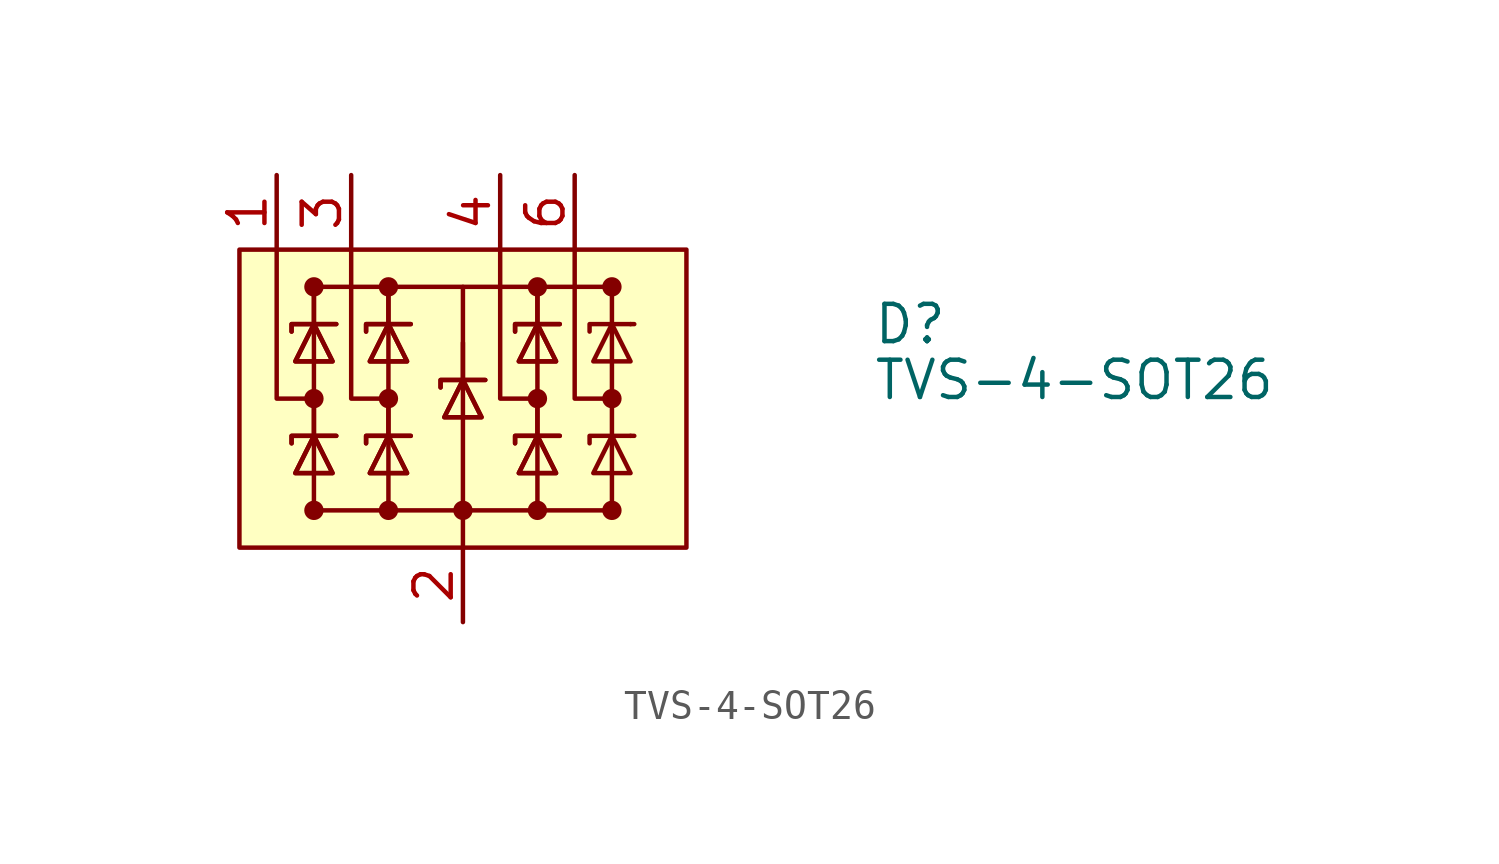
<source format=kicad_sym>
(kicad_symbol_lib
  (version 20211014)
  (generator kicad_symbol_editor)
  (symbol "TVS-4-SOT26"
    (pin_names hide)
    (property "Reference" "D"
      (at 13.97 2.54 0)
      (effects (font (size 1.27 1.27)) (justify left)))
    (property "Value" "TVS-4-SOT26"
      (at 13.97 0.635 0)
      (effects (font (size 1.27 1.27)) (justify left)))
    (symbol "TVS-4-SOT26_0_0"
      (pin passive line (at 0 -7.62 90) (length 2.54) (name "A" (effects (font (size 1.27 1.27)))) (number "2" (effects (font (size 1.27 1.27))))))
    (symbol "TVS-4-SOT26_0_1"
      (rectangle (start -7.62 5.08) (end 7.62 -5.08) (stroke (width 0) (type default) (color 0 0 0 0)) (fill (type background)))
      (circle (center -5.08 -3.81) (radius 0.254) (stroke (width 0) (type default) (color 0 0 0 0)) (fill (type outline)))
      (circle (center -5.08 0) (radius 0.254) (stroke (width 0) (type default) (color 0 0 0 0)) (fill (type outline)))
      (circle (center -5.08 3.81) (radius 0.254) (stroke (width 0) (type default) (color 0 0 0 0)) (fill (type outline)))
      (circle (center -2.54 -3.81) (radius 0.254) (stroke (width 0) (type default) (color 0 0 0 0)) (fill (type outline)))
      (circle (center -2.54 0) (radius 0.254) (stroke (width 0) (type default) (color 0 0 0 0)) (fill (type outline)))
      (circle (center -2.54 3.81) (radius 0.254) (stroke (width 0) (type default) (color 0 0 0 0)) (fill (type outline)))
      (circle (center 0 -3.81) (radius 0.254) (stroke (width 0) (type default) (color 0 0 0 0)) (fill (type outline)))
      (polyline (pts (xy -5.08 0) (xy -5.08 -1.27)) (stroke (width 0) (type default) (color 0 0 0 0)) (fill (type none)))
      (polyline (pts (xy -5.08 2.54) (xy -5.08 -1.27)) (stroke (width 0) (type default) (color 0 0 0 0)) (fill (type none)))
      (polyline (pts (xy -5.08 3.81) (xy -5.08 2.54)) (stroke (width 0) (type default) (color 0 0 0 0)) (fill (type none)))
      (polyline (pts (xy -5.08 3.81) (xy -5.08 2.54)) (stroke (width 0) (type default) (color 0 0 0 0)) (fill (type none)))
      (polyline (pts (xy -5.08 3.81) (xy 5.08 3.81)) (stroke (width 0) (type default) (color 0 0 0 0)) (fill (type none)))
      (polyline (pts (xy -2.54 0) (xy -2.54 -1.27)) (stroke (width 0) (type default) (color 0 0 0 0)) (fill (type none)))
      (polyline (pts (xy -2.54 2.54) (xy -2.54 -1.27)) (stroke (width 0) (type default) (color 0 0 0 0)) (fill (type none)))
      (polyline (pts (xy -2.54 3.81) (xy -2.54 2.54)) (stroke (width 0) (type default) (color 0 0 0 0)) (fill (type none)))
      (polyline (pts (xy -2.54 3.81) (xy -2.54 2.54)) (stroke (width 0) (type default) (color 0 0 0 0)) (fill (type none)))
      (polyline (pts (xy 0 -5.08) (xy 0 -3.81)) (stroke (width 0) (type default) (color 0 0 0 0)) (fill (type none)))
      (polyline (pts (xy 0 0.635) (xy 0 -3.81)) (stroke (width 0) (type default) (color 0 0 0 0)) (fill (type none)))
      (polyline (pts (xy 0 1.905) (xy 0 0.635)) (stroke (width 0) (type default) (color 0 0 0 0)) (fill (type none)))
      (polyline (pts (xy 0 3.81) (xy 0 0.635)) (stroke (width 0) (type default) (color 0 0 0 0)) (fill (type none)))
      (polyline (pts (xy 2.54 0) (xy 2.54 -1.27)) (stroke (width 0) (type default) (color 0 0 0 0)) (fill (type none)))
      (polyline (pts (xy 2.54 2.54) (xy 2.54 -1.27)) (stroke (width 0) (type default) (color 0 0 0 0)) (fill (type none)))
      (polyline (pts (xy 2.54 3.81) (xy 2.54 2.54)) (stroke (width 0) (type default) (color 0 0 0 0)) (fill (type none)))
      (polyline (pts (xy 2.54 3.81) (xy 2.54 2.54)) (stroke (width 0) (type default) (color 0 0 0 0)) (fill (type none)))
      (polyline (pts (xy 5.08 -3.81) (xy 5.08 2.54)) (stroke (width 0) (type default) (color 0 0 0 0)) (fill (type none)))
      (polyline (pts (xy 5.08 3.81) (xy 5.08 2.54)) (stroke (width 0) (type default) (color 0 0 0 0)) (fill (type none)))
      (polyline (pts (xy 5.715 -1.27) (xy 5.842 -1.27)) (stroke (width 0) (type default) (color 0 0 0 0)) (fill (type none)))
      (polyline (pts (xy 5.715 2.54) (xy 5.842 2.54)) (stroke (width 0) (type default) (color 0 0 0 0)) (fill (type none)))
      (polyline (pts (xy -5.08 -1.27) (xy -5.08 -3.81) (xy -2.54 -3.81)) (stroke (width 0) (type default) (color 0 0 0 0)) (fill (type none)))
      (polyline (pts (xy -5.08 0) (xy -6.35 0) (xy -6.35 5.08)) (stroke (width 0) (type default) (color 0 0 0 0)) (fill (type none)))
      (polyline (pts (xy -3.81 5.08) (xy -3.81 0) (xy -2.54 0)) (stroke (width 0) (type default) (color 0 0 0 0)) (fill (type none)))
      (polyline (pts (xy 1.27 5.08) (xy 1.27 0) (xy 2.54 0)) (stroke (width 0) (type default) (color 0 0 0 0)) (fill (type none)))
      (polyline (pts (xy 2.54 -1.27) (xy 2.54 -3.81) (xy 5.08 -3.81)) (stroke (width 0) (type default) (color 0 0 0 0)) (fill (type none)))
      (polyline (pts (xy 3.81 5.08) (xy 3.81 0) (xy 5.08 0)) (stroke (width 0) (type default) (color 0 0 0 0)) (fill (type none)))
      (polyline (pts (xy 5.715 -1.27) (xy 4.318 -1.27) (xy 4.318 -1.524)) (stroke (width 0) (type default) (color 0 0 0 0)) (fill (type none)))
      (polyline (pts (xy 5.715 2.54) (xy 4.318 2.54) (xy 4.318 2.286)) (stroke (width 0) (type default) (color 0 0 0 0)) (fill (type none)))
      (polyline (pts (xy -5.842 -1.524) (xy -5.842 -1.27) (xy -4.445 -1.27) (xy -4.318 -1.27)) (stroke (width 0) (type default) (color 0 0 0 0)) (fill (type none)))
      (polyline (pts (xy -5.842 -1.524) (xy -5.842 -1.27) (xy -4.445 -1.27) (xy -4.318 -1.27)) (stroke (width 0) (type default) (color 0 0 0 0)) (fill (type none)))
      (polyline (pts (xy -5.842 2.286) (xy -5.842 2.54) (xy -4.445 2.54) (xy -4.318 2.54)) (stroke (width 0) (type default) (color 0 0 0 0)) (fill (type none)))
      (polyline (pts (xy -5.842 2.286) (xy -5.842 2.54) (xy -4.445 2.54) (xy -4.318 2.54)) (stroke (width 0) (type default) (color 0 0 0 0)) (fill (type none)))
      (polyline (pts (xy -5.08 -1.27) (xy -4.445 -2.54) (xy -5.715 -2.54) (xy -5.08 -1.27)) (stroke (width 0) (type default) (color 0 0 0 0)) (fill (type none)))
      (polyline (pts (xy -5.08 -1.27) (xy -4.445 -2.54) (xy -5.715 -2.54) (xy -5.08 -1.27)) (stroke (width 0) (type default) (color 0 0 0 0)) (fill (type none)))
      (polyline (pts (xy -5.08 2.54) (xy -4.445 1.27) (xy -5.715 1.27) (xy -5.08 2.54)) (stroke (width 0) (type default) (color 0 0 0 0)) (fill (type none)))
      (polyline (pts (xy -5.08 2.54) (xy -4.445 1.27) (xy -5.715 1.27) (xy -5.08 2.54)) (stroke (width 0) (type default) (color 0 0 0 0)) (fill (type none)))
      (polyline (pts (xy -3.302 -1.524) (xy -3.302 -1.27) (xy -1.905 -1.27) (xy -1.778 -1.27)) (stroke (width 0) (type default) (color 0 0 0 0)) (fill (type none)))
      (polyline (pts (xy -3.302 -1.524) (xy -3.302 -1.27) (xy -1.905 -1.27) (xy -1.778 -1.27)) (stroke (width 0) (type default) (color 0 0 0 0)) (fill (type none)))
      (polyline (pts (xy -3.302 2.286) (xy -3.302 2.54) (xy -1.905 2.54) (xy -1.778 2.54)) (stroke (width 0) (type default) (color 0 0 0 0)) (fill (type none)))
      (polyline (pts (xy -3.302 2.286) (xy -3.302 2.54) (xy -1.905 2.54) (xy -1.778 2.54)) (stroke (width 0) (type default) (color 0 0 0 0)) (fill (type none)))
      (polyline (pts (xy -2.54 -1.27) (xy -2.54 -3.81) (xy 0 -3.81) (xy 2.54 -3.81)) (stroke (width 0) (type default) (color 0 0 0 0)) (fill (type none)))
      (polyline (pts (xy -2.54 -1.27) (xy -1.905 -2.54) (xy -3.175 -2.54) (xy -2.54 -1.27)) (stroke (width 0) (type default) (color 0 0 0 0)) (fill (type none)))
      (polyline (pts (xy -2.54 -1.27) (xy -1.905 -2.54) (xy -3.175 -2.54) (xy -2.54 -1.27)) (stroke (width 0) (type default) (color 0 0 0 0)) (fill (type none)))
      (polyline (pts (xy -2.54 2.54) (xy -1.905 1.27) (xy -3.175 1.27) (xy -2.54 2.54)) (stroke (width 0) (type default) (color 0 0 0 0)) (fill (type none)))
      (polyline (pts (xy -2.54 2.54) (xy -1.905 1.27) (xy -3.175 1.27) (xy -2.54 2.54)) (stroke (width 0) (type default) (color 0 0 0 0)) (fill (type none)))
      (polyline (pts (xy -0.762 0.381) (xy -0.762 0.635) (xy 0.635 0.635) (xy 0.762 0.635)) (stroke (width 0) (type default) (color 0 0 0 0)) (fill (type none)))
      (polyline (pts (xy -0.762 0.381) (xy -0.762 0.635) (xy 0.635 0.635) (xy 0.762 0.635)) (stroke (width 0) (type default) (color 0 0 0 0)) (fill (type none)))
      (polyline (pts (xy 0 0.635) (xy 0.635 -0.635) (xy -0.635 -0.635) (xy 0 0.635)) (stroke (width 0) (type default) (color 0 0 0 0)) (fill (type none)))
      (polyline (pts (xy 0 0.635) (xy 0.635 -0.635) (xy -0.635 -0.635) (xy 0 0.635)) (stroke (width 0) (type default) (color 0 0 0 0)) (fill (type none)))
      (polyline (pts (xy 1.778 -1.524) (xy 1.778 -1.27) (xy 3.175 -1.27) (xy 3.302 -1.27)) (stroke (width 0) (type default) (color 0 0 0 0)) (fill (type none)))
      (polyline (pts (xy 1.778 -1.524) (xy 1.778 -1.27) (xy 3.175 -1.27) (xy 3.302 -1.27)) (stroke (width 0) (type default) (color 0 0 0 0)) (fill (type none)))
      (polyline (pts (xy 1.778 2.286) (xy 1.778 2.54) (xy 3.175 2.54) (xy 3.302 2.54)) (stroke (width 0) (type default) (color 0 0 0 0)) (fill (type none)))
      (polyline (pts (xy 1.778 2.286) (xy 1.778 2.54) (xy 3.175 2.54) (xy 3.302 2.54)) (stroke (width 0) (type default) (color 0 0 0 0)) (fill (type none)))
      (polyline (pts (xy 2.54 -1.27) (xy 3.175 -2.54) (xy 1.905 -2.54) (xy 2.54 -1.27)) (stroke (width 0) (type default) (color 0 0 0 0)) (fill (type none)))
      (polyline (pts (xy 2.54 -1.27) (xy 3.175 -2.54) (xy 1.905 -2.54) (xy 2.54 -1.27)) (stroke (width 0) (type default) (color 0 0 0 0)) (fill (type none)))
      (polyline (pts (xy 2.54 2.54) (xy 3.175 1.27) (xy 1.905 1.27) (xy 2.54 2.54)) (stroke (width 0) (type default) (color 0 0 0 0)) (fill (type none)))
      (polyline (pts (xy 2.54 2.54) (xy 3.175 1.27) (xy 1.905 1.27) (xy 2.54 2.54)) (stroke (width 0) (type default) (color 0 0 0 0)) (fill (type none)))
      (polyline (pts (xy 5.715 -2.54) (xy 4.445 -2.54) (xy 5.08 -1.27) (xy 5.715 -2.54)) (stroke (width 0) (type default) (color 0 0 0 0)) (fill (type none)))
      (polyline (pts (xy 5.715 1.27) (xy 4.445 1.27) (xy 5.08 2.54) (xy 5.715 1.27)) (stroke (width 0) (type default) (color 0 0 0 0)) (fill (type none)))
      (circle (center 2.54 -3.81) (radius 0.254) (stroke (width 0) (type default) (color 0 0 0 0)) (fill (type outline)))
      (circle (center 2.54 0) (radius 0.254) (stroke (width 0) (type default) (color 0 0 0 0)) (fill (type outline)))
      (circle (center 2.54 3.81) (radius 0.254) (stroke (width 0) (type default) (color 0 0 0 0)) (fill (type outline)))
      (circle (center 5.08 -3.81) (radius 0.254) (stroke (width 0) (type default) (color 0 0 0 0)) (fill (type outline)))
      (circle (center 5.08 0) (radius 0.254) (stroke (width 0) (type default) (color 0 0 0 0)) (fill (type outline)))
      (circle (center 5.08 3.81) (radius 0.254) (stroke (width 0) (type default) (color 0 0 0 0)) (fill (type outline))))
    (symbol "TVS-4-SOT26_1_1"
      (pin passive line (at -6.35 7.62 270) (length 2.54) (name "K1" (effects (font (size 1.27 1.27)))) (number "1" (effects (font (size 1.27 1.27)))))
      (pin passive line (at -3.81 7.62 270) (length 2.54) (name "K2" (effects (font (size 1.27 1.27)))) (number "3" (effects (font (size 1.27 1.27)))))
      (pin passive line (at 1.27 7.62 270) (length 2.54) (name "K3" (effects (font (size 1.27 1.27)))) (number "4" (effects (font (size 1.27 1.27)))))
      (pin no_connect line (at -1.27 7.62 270) (length 2.54) hide (name "~" (effects (font (size 1.27 1.27)))) (number "5" (effects (font (size 1.27 1.27)))))
      (pin passive line (at 3.81 7.62 270) (length 2.54) (name "K4" (effects (font (size 1.27 1.27)))) (number "6" (effects (font (size 1.27 1.27))))))))
</source>
